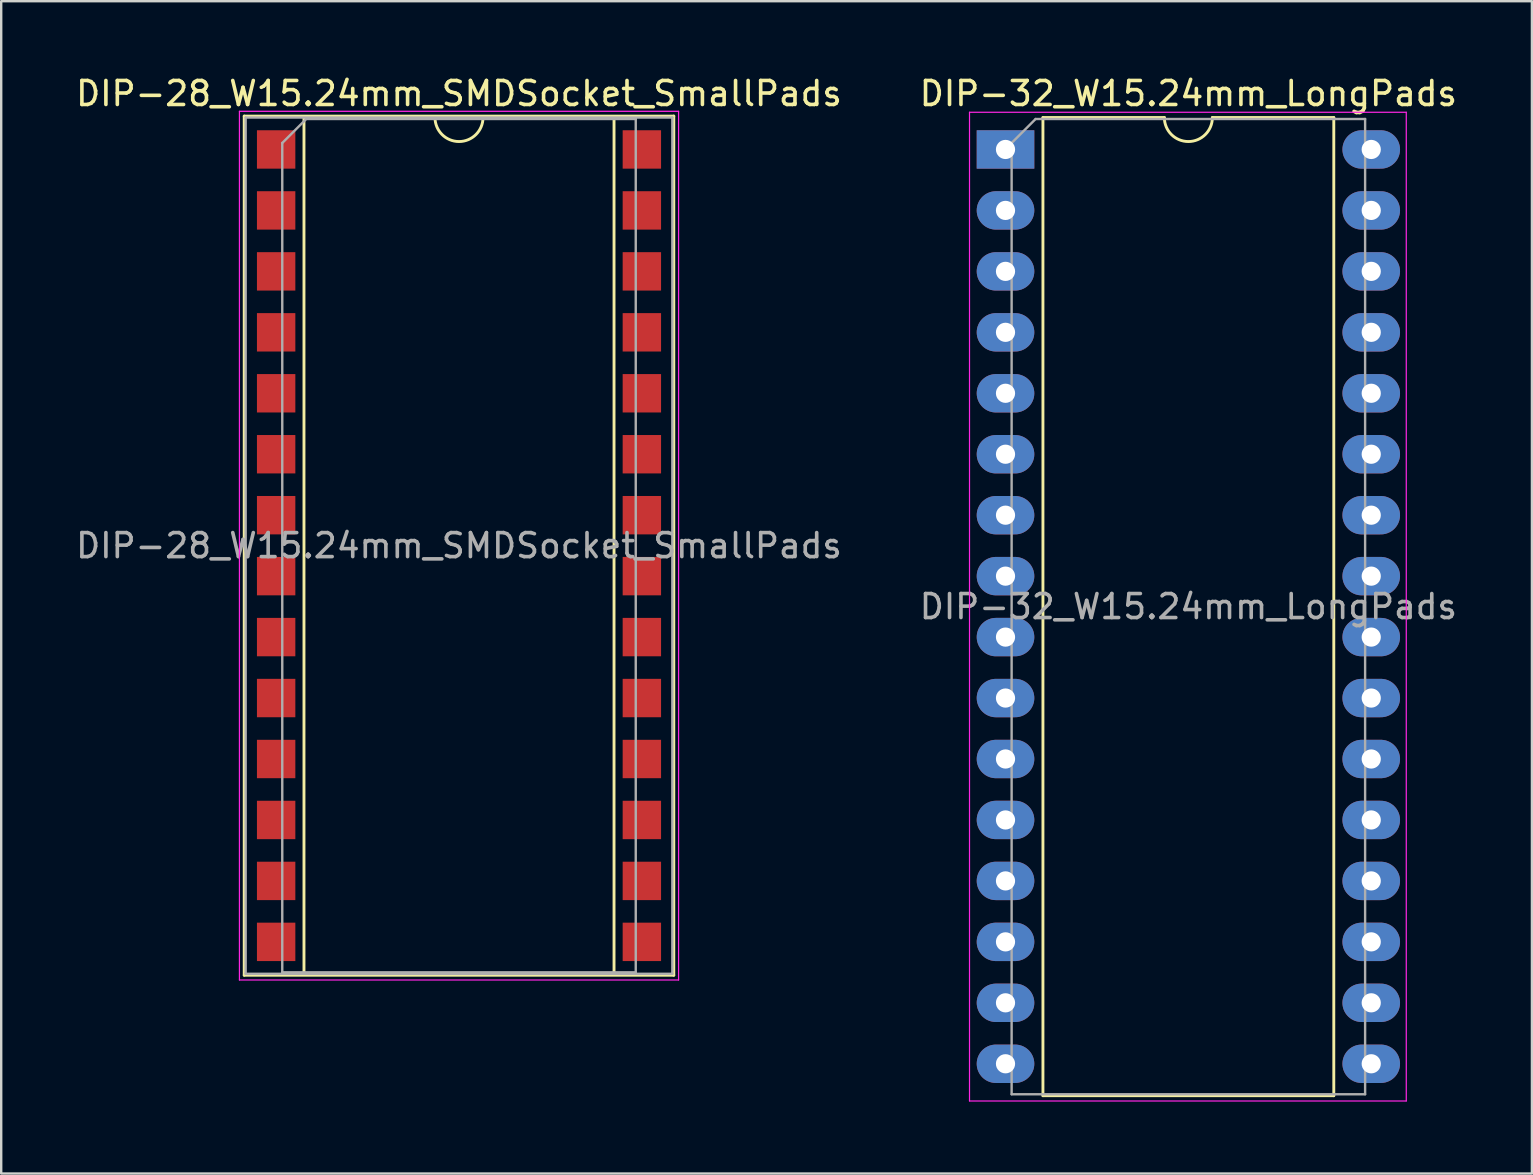
<source format=kicad_pcb>
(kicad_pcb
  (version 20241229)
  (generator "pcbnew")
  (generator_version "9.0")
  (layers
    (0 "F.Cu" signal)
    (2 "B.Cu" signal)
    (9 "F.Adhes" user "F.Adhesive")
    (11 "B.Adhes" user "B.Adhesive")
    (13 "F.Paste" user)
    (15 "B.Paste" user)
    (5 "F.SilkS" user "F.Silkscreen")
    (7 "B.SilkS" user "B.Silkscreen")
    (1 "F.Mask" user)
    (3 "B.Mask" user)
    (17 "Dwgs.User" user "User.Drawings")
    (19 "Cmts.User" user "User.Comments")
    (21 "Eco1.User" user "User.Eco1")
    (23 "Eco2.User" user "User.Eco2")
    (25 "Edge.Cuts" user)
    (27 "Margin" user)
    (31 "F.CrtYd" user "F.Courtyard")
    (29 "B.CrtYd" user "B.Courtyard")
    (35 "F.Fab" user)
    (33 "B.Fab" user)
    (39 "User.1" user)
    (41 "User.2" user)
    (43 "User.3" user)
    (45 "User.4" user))
  (footprint "DIP-32_W15.24mm_LongPads"
    (layer "F.Cu")
    (at 38.85 3.178)
    (property "Reference" "DIP-32_W15.24mm_LongPads" (at 7.62 -2.33 0) (layer "F.SilkS") (effects (font (size 1 1) (thickness 0.15))))
    (attr through_hole)
    (fp_line (start 1.56 -1.33) (end 1.56 39.43) (stroke (width 0.12) (type solid)) (layer "F.SilkS"))
    (fp_line (start 1.56 39.43) (end 13.68 39.43) (stroke (width 0.12) (type solid)) (layer "F.SilkS"))
    (fp_line (start 6.62 -1.33) (end 1.56 -1.33) (stroke (width 0.12) (type solid)) (layer "F.SilkS"))
    (fp_line (start 13.68 -1.33) (end 8.62 -1.33) (stroke (width 0.12) (type solid)) (layer "F.SilkS"))
    (fp_line (start 13.68 39.43) (end 13.68 -1.33) (stroke (width 0.12) (type solid)) (layer "F.SilkS"))
    (fp_arc (start 8.62 -1.33) (mid 7.62 -0.33) (end 6.62 -1.33) (stroke (width 0.12) (type solid)) (layer "F.SilkS"))
    (fp_line (start -1.5 -1.55) (end -1.5 39.65) (stroke (width 0.05) (type solid)) (layer "F.CrtYd"))
    (fp_line (start -1.5 39.65) (end 16.7 39.65) (stroke (width 0.05) (type solid)) (layer "F.CrtYd"))
    (fp_line (start 16.7 -1.55) (end -1.5 -1.55) (stroke (width 0.05) (type solid)) (layer "F.CrtYd"))
    (fp_line (start 16.7 39.65) (end 16.7 -1.55) (stroke (width 0.05) (type solid)) (layer "F.CrtYd"))
    (fp_line (start 0.255 -0.27) (end 1.255 -1.27) (stroke (width 0.1) (type solid)) (layer "F.Fab"))
    (fp_line (start 0.255 39.37) (end 0.255 -0.27) (stroke (width 0.1) (type solid)) (layer "F.Fab"))
    (fp_line (start 1.255 -1.27) (end 14.985 -1.27) (stroke (width 0.1) (type solid)) (layer "F.Fab"))
    (fp_line (start 14.985 -1.27) (end 14.985 39.37) (stroke (width 0.1) (type solid)) (layer "F.Fab"))
    (fp_line (start 14.985 39.37) (end 0.255 39.37) (stroke (width 0.1) (type solid)) (layer "F.Fab"))
    (fp_text user "${REFERENCE}" (at 7.62 19.05 0) (layer "F.Fab") (effects (font (size 1 1) (thickness 0.15))))
    (pad "1" thru_hole rect (at 0 0) (size 2.4 1.6) (drill 0.8) (layers "*.Cu" "*.Mask"))
    (pad "2" thru_hole oval (at 0 2.54) (size 2.4 1.6) (drill 0.8) (layers "*.Cu" "*.Mask"))
    (pad "3" thru_hole oval (at 0 5.08) (size 2.4 1.6) (drill 0.8) (layers "*.Cu" "*.Mask"))
    (pad "4" thru_hole oval (at 0 7.62) (size 2.4 1.6) (drill 0.8) (layers "*.Cu" "*.Mask"))
    (pad "5" thru_hole oval (at 0 10.16) (size 2.4 1.6) (drill 0.8) (layers "*.Cu" "*.Mask"))
    (pad "6" thru_hole oval (at 0 12.7) (size 2.4 1.6) (drill 0.8) (layers "*.Cu" "*.Mask"))
    (pad "7" thru_hole oval (at 0 15.24) (size 2.4 1.6) (drill 0.8) (layers "*.Cu" "*.Mask"))
    (pad "8" thru_hole oval (at 0 17.78) (size 2.4 1.6) (drill 0.8) (layers "*.Cu" "*.Mask"))
    (pad "9" thru_hole oval (at 0 20.32) (size 2.4 1.6) (drill 0.8) (layers "*.Cu" "*.Mask"))
    (pad "10" thru_hole oval (at 0 22.86) (size 2.4 1.6) (drill 0.8) (layers "*.Cu" "*.Mask"))
    (pad "11" thru_hole oval (at 0 25.4) (size 2.4 1.6) (drill 0.8) (layers "*.Cu" "*.Mask"))
    (pad "12" thru_hole oval (at 0 27.94) (size 2.4 1.6) (drill 0.8) (layers "*.Cu" "*.Mask"))
    (pad "13" thru_hole oval (at 0 30.48) (size 2.4 1.6) (drill 0.8) (layers "*.Cu" "*.Mask"))
    (pad "14" thru_hole oval (at 0 33.02) (size 2.4 1.6) (drill 0.8) (layers "*.Cu" "*.Mask"))
    (pad "15" thru_hole oval (at 0 35.56) (size 2.4 1.6) (drill 0.8) (layers "*.Cu" "*.Mask"))
    (pad "16" thru_hole oval (at 0 38.1) (size 2.4 1.6) (drill 0.8) (layers "*.Cu" "*.Mask"))
    (pad "17" thru_hole oval (at 15.24 38.1) (size 2.4 1.6) (drill 0.8) (layers "*.Cu" "*.Mask"))
    (pad "18" thru_hole oval (at 15.24 35.56) (size 2.4 1.6) (drill 0.8) (layers "*.Cu" "*.Mask"))
    (pad "19" thru_hole oval (at 15.24 33.02) (size 2.4 1.6) (drill 0.8) (layers "*.Cu" "*.Mask"))
    (pad "20" thru_hole oval (at 15.24 30.48) (size 2.4 1.6) (drill 0.8) (layers "*.Cu" "*.Mask"))
    (pad "21" thru_hole oval (at 15.24 27.94) (size 2.4 1.6) (drill 0.8) (layers "*.Cu" "*.Mask"))
    (pad "22" thru_hole oval (at 15.24 25.4) (size 2.4 1.6) (drill 0.8) (layers "*.Cu" "*.Mask"))
    (pad "23" thru_hole oval (at 15.24 22.86) (size 2.4 1.6) (drill 0.8) (layers "*.Cu" "*.Mask"))
    (pad "24" thru_hole oval (at 15.24 20.32) (size 2.4 1.6) (drill 0.8) (layers "*.Cu" "*.Mask"))
    (pad "25" thru_hole oval (at 15.24 17.78) (size 2.4 1.6) (drill 0.8) (layers "*.Cu" "*.Mask"))
    (pad "26" thru_hole oval (at 15.24 15.24) (size 2.4 1.6) (drill 0.8) (layers "*.Cu" "*.Mask"))
    (pad "27" thru_hole oval (at 15.24 12.7) (size 2.4 1.6) (drill 0.8) (layers "*.Cu" "*.Mask"))
    (pad "28" thru_hole oval (at 15.24 10.16) (size 2.4 1.6) (drill 0.8) (layers "*.Cu" "*.Mask"))
    (pad "29" thru_hole oval (at 15.24 7.62) (size 2.4 1.6) (drill 0.8) (layers "*.Cu" "*.Mask"))
    (pad "30" thru_hole oval (at 15.24 5.08) (size 2.4 1.6) (drill 0.8) (layers "*.Cu" "*.Mask"))
    (pad "31" thru_hole oval (at 15.24 2.54) (size 2.4 1.6) (drill 0.8) (layers "*.Cu" "*.Mask"))
    (pad "32" thru_hole oval (at 15.24 0) (size 2.4 1.6) (drill 0.8) (layers "*.Cu" "*.Mask")))
  (footprint "DIP-28_W15.24mm_SMDSocket_SmallPads"
    (layer "F.Cu")
    (at 16.077 19.688)
    (property "Reference" "DIP-28_W15.24mm_SMDSocket_SmallPads" (at 0 -18.84 0) (layer "F.SilkS") (effects (font (size 1 1) (thickness 0.15))))
    (attr smd)
    (fp_line (start -8.95 -17.9) (end -8.95 17.9) (stroke (width 0.12) (type solid)) (layer "F.SilkS"))
    (fp_line (start -8.95 17.9) (end 8.95 17.9) (stroke (width 0.12) (type solid)) (layer "F.SilkS"))
    (fp_line (start -6.46 -17.84) (end -6.46 17.84) (stroke (width 0.12) (type solid)) (layer "F.SilkS"))
    (fp_line (start -6.46 17.84) (end 6.46 17.84) (stroke (width 0.12) (type solid)) (layer "F.SilkS"))
    (fp_line (start -1 -17.84) (end -6.46 -17.84) (stroke (width 0.12) (type solid)) (layer "F.SilkS"))
    (fp_line (start 6.46 -17.84) (end 1 -17.84) (stroke (width 0.12) (type solid)) (layer "F.SilkS"))
    (fp_line (start 6.46 17.84) (end 6.46 -17.84) (stroke (width 0.12) (type solid)) (layer "F.SilkS"))
    (fp_line (start 8.95 -17.9) (end -8.95 -17.9) (stroke (width 0.12) (type solid)) (layer "F.SilkS"))
    (fp_line (start 8.95 17.9) (end 8.95 -17.9) (stroke (width 0.12) (type solid)) (layer "F.SilkS"))
    (fp_arc (start 1 -17.84) (mid 0 -16.84) (end -1 -17.84) (stroke (width 0.12) (type solid)) (layer "F.SilkS"))
    (fp_line (start -9.15 -18.1) (end -9.15 18.1) (stroke (width 0.05) (type solid)) (layer "F.CrtYd"))
    (fp_line (start -9.15 18.1) (end 9.15 18.1) (stroke (width 0.05) (type solid)) (layer "F.CrtYd"))
    (fp_line (start 9.15 -18.1) (end -9.15 -18.1) (stroke (width 0.05) (type solid)) (layer "F.CrtYd"))
    (fp_line (start 9.15 18.1) (end 9.15 -18.1) (stroke (width 0.05) (type solid)) (layer "F.CrtYd"))
    (fp_line (start -8.89 -17.84) (end -8.89 17.84) (stroke (width 0.1) (type solid)) (layer "F.Fab"))
    (fp_line (start -8.89 17.84) (end 8.89 17.84) (stroke (width 0.1) (type solid)) (layer "F.Fab"))
    (fp_line (start -7.365 -16.78) (end -6.365 -17.78) (stroke (width 0.1) (type solid)) (layer "F.Fab"))
    (fp_line (start -7.365 17.78) (end -7.365 -16.78) (stroke (width 0.1) (type solid)) (layer "F.Fab"))
    (fp_line (start -6.365 -17.78) (end 7.365 -17.78) (stroke (width 0.1) (type solid)) (layer "F.Fab"))
    (fp_line (start 7.365 -17.78) (end 7.365 17.78) (stroke (width 0.1) (type solid)) (layer "F.Fab"))
    (fp_line (start 7.365 17.78) (end -7.365 17.78) (stroke (width 0.1) (type solid)) (layer "F.Fab"))
    (fp_line (start 8.89 -17.84) (end -8.89 -17.84) (stroke (width 0.1) (type solid)) (layer "F.Fab"))
    (fp_line (start 8.89 17.84) (end 8.89 -17.84) (stroke (width 0.1) (type solid)) (layer "F.Fab"))
    (fp_text user "${REFERENCE}" (at 0 0 0) (layer "F.Fab") (effects (font (size 1 1) (thickness 0.15))))
    (pad "1" smd rect (at -7.62 -16.51) (size 1.6 1.6) (layers "F.Cu" "F.Mask" "F.Paste"))
    (pad "2" smd rect (at -7.62 -13.97) (size 1.6 1.6) (layers "F.Cu" "F.Mask" "F.Paste"))
    (pad "3" smd rect (at -7.62 -11.43) (size 1.6 1.6) (layers "F.Cu" "F.Mask" "F.Paste"))
    (pad "4" smd rect (at -7.62 -8.89) (size 1.6 1.6) (layers "F.Cu" "F.Mask" "F.Paste"))
    (pad "5" smd rect (at -7.62 -6.35) (size 1.6 1.6) (layers "F.Cu" "F.Mask" "F.Paste"))
    (pad "6" smd rect (at -7.62 -3.81) (size 1.6 1.6) (layers "F.Cu" "F.Mask" "F.Paste"))
    (pad "7" smd rect (at -7.62 -1.27) (size 1.6 1.6) (layers "F.Cu" "F.Mask" "F.Paste"))
    (pad "8" smd rect (at -7.62 1.27) (size 1.6 1.6) (layers "F.Cu" "F.Mask" "F.Paste"))
    (pad "9" smd rect (at -7.62 3.81) (size 1.6 1.6) (layers "F.Cu" "F.Mask" "F.Paste"))
    (pad "10" smd rect (at -7.62 6.35) (size 1.6 1.6) (layers "F.Cu" "F.Mask" "F.Paste"))
    (pad "11" smd rect (at -7.62 8.89) (size 1.6 1.6) (layers "F.Cu" "F.Mask" "F.Paste"))
    (pad "12" smd rect (at -7.62 11.43) (size 1.6 1.6) (layers "F.Cu" "F.Mask" "F.Paste"))
    (pad "13" smd rect (at -7.62 13.97) (size 1.6 1.6) (layers "F.Cu" "F.Mask" "F.Paste"))
    (pad "14" smd rect (at -7.62 16.51) (size 1.6 1.6) (layers "F.Cu" "F.Mask" "F.Paste"))
    (pad "15" smd rect (at 7.62 16.51) (size 1.6 1.6) (layers "F.Cu" "F.Mask" "F.Paste"))
    (pad "16" smd rect (at 7.62 13.97) (size 1.6 1.6) (layers "F.Cu" "F.Mask" "F.Paste"))
    (pad "17" smd rect (at 7.62 11.43) (size 1.6 1.6) (layers "F.Cu" "F.Mask" "F.Paste"))
    (pad "18" smd rect (at 7.62 8.89) (size 1.6 1.6) (layers "F.Cu" "F.Mask" "F.Paste"))
    (pad "19" smd rect (at 7.62 6.35) (size 1.6 1.6) (layers "F.Cu" "F.Mask" "F.Paste"))
    (pad "20" smd rect (at 7.62 3.81) (size 1.6 1.6) (layers "F.Cu" "F.Mask" "F.Paste"))
    (pad "21" smd rect (at 7.62 1.27) (size 1.6 1.6) (layers "F.Cu" "F.Mask" "F.Paste"))
    (pad "22" smd rect (at 7.62 -1.27) (size 1.6 1.6) (layers "F.Cu" "F.Mask" "F.Paste"))
    (pad "23" smd rect (at 7.62 -3.81) (size 1.6 1.6) (layers "F.Cu" "F.Mask" "F.Paste"))
    (pad "24" smd rect (at 7.62 -6.35) (size 1.6 1.6) (layers "F.Cu" "F.Mask" "F.Paste"))
    (pad "25" smd rect (at 7.62 -8.89) (size 1.6 1.6) (layers "F.Cu" "F.Mask" "F.Paste"))
    (pad "26" smd rect (at 7.62 -11.43) (size 1.6 1.6) (layers "F.Cu" "F.Mask" "F.Paste"))
    (pad "27" smd rect (at 7.62 -13.97) (size 1.6 1.6) (layers "F.Cu" "F.Mask" "F.Paste"))
    (pad "28" smd rect (at 7.62 -16.51) (size 1.6 1.6) (layers "F.Cu" "F.Mask" "F.Paste")))
  (gr_rect
    (start -3 -3)
    (end 60.786 45.853)
    (stroke (width 0.1) (type default))
    (fill no)
    (layer "Edge.Cuts")))
</source>
